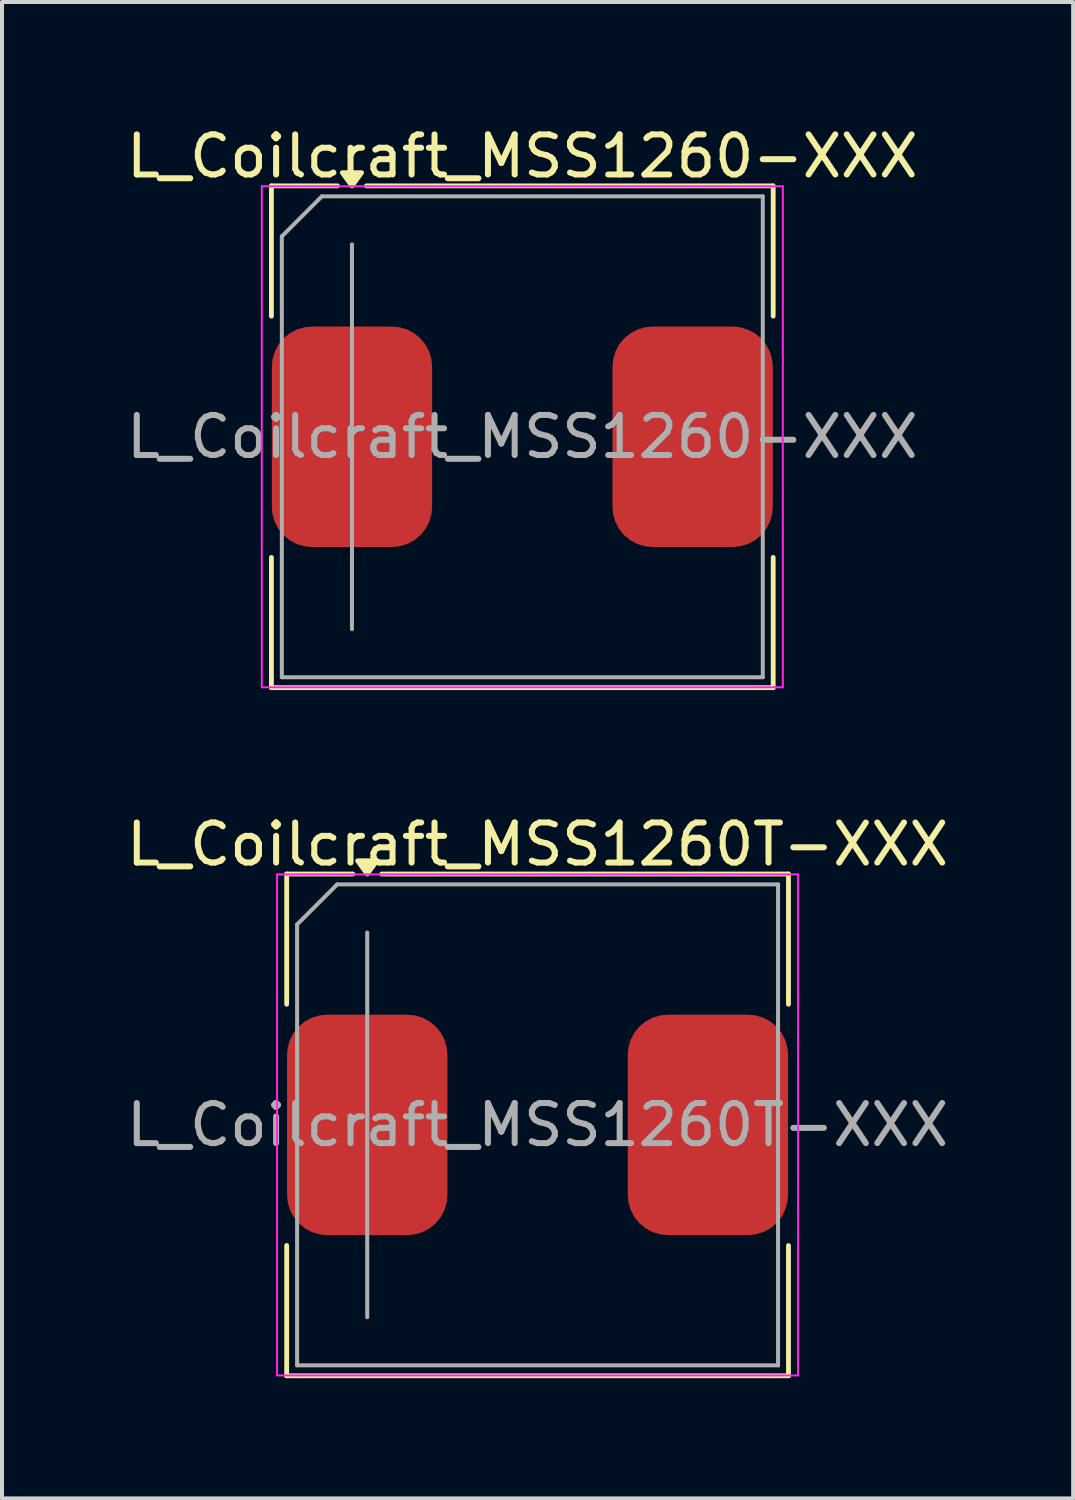
<source format=kicad_pcb>
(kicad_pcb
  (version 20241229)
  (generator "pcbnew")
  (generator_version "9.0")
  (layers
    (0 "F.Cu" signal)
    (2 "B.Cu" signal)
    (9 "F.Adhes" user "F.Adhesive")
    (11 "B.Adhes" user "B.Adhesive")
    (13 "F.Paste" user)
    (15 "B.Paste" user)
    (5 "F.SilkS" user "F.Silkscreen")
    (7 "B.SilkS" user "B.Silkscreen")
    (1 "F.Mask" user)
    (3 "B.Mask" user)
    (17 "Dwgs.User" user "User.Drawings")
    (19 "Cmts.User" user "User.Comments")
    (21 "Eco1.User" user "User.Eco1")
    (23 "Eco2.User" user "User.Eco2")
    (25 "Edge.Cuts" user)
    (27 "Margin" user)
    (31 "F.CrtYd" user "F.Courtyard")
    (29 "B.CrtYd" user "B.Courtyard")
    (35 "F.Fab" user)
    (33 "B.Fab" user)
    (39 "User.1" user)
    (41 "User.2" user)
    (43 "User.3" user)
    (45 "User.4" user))
  (footprint "L_Coilcraft_MSS1260T-XXX"
    (layer "F.Cu")
    (at 10.363 25.017)
    (property "Reference" "L_Coilcraft_MSS1260T-XXX" (at 0 -7 0) (layer "F.SilkS") (effects (font (size 1 1) (thickness 0.15))))
    (attr smd)
    (fp_line (start -6.26 -6.26) (end -6.26 -3.01) (stroke (width 0.12) (type solid)) (layer "F.SilkS"))
    (fp_line (start -6.26 -6.26) (end -4.61 -6.26) (stroke (width 0.12) (type solid)) (layer "F.SilkS"))
    (fp_line (start -6.26 6.26) (end -6.26 3.01) (stroke (width 0.12) (type solid)) (layer "F.SilkS"))
    (fp_line (start -6.26 6.26) (end 6.26 6.26) (stroke (width 0.12) (type solid)) (layer "F.SilkS"))
    (fp_line (start -3.89 -6.26) (end 6.26 -6.26) (stroke (width 0.12) (type solid)) (layer "F.SilkS"))
    (fp_line (start 6.26 -6.26) (end 6.26 -3.01) (stroke (width 0.12) (type solid)) (layer "F.SilkS"))
    (fp_line (start 6.26 6.26) (end 6.26 3.01) (stroke (width 0.12) (type solid)) (layer "F.SilkS"))
    (fp_poly (pts (xy -4.25 -6.26) (xy -4.49 -6.59) (xy -4.01 -6.59) (xy -4.25 -6.26)) (stroke (width 0.12) (type solid)) (fill yes) (layer "F.SilkS"))
    (fp_line (start -6.5 -6.25) (end -6.5 6.25) (stroke (width 0.05) (type solid)) (layer "F.CrtYd"))
    (fp_line (start -6.5 6.25) (end 6.5 6.25) (stroke (width 0.05) (type solid)) (layer "F.CrtYd"))
    (fp_line (start 6.5 -6.25) (end -6.5 -6.25) (stroke (width 0.05) (type solid)) (layer "F.CrtYd"))
    (fp_line (start 6.5 6.25) (end 6.5 -6.25) (stroke (width 0.05) (type solid)) (layer "F.CrtYd"))
    (fp_line (start -6 -5) (end -5 -6) (stroke (width 0.1) (type solid)) (layer "F.Fab"))
    (fp_line (start -6 6) (end -6 -5) (stroke (width 0.1) (type solid)) (layer "F.Fab"))
    (fp_line (start -5 -6) (end 6 -6) (stroke (width 0.1) (type solid)) (layer "F.Fab"))
    (fp_line (start -4.25 4.8) (end -4.25 -4.8) (stroke (width 0.1) (type solid)) (layer "F.Fab"))
    (fp_line (start 6 -6) (end 6 6) (stroke (width 0.1) (type solid)) (layer "F.Fab"))
    (fp_line (start 6 6) (end -6 6) (stroke (width 0.1) (type solid)) (layer "F.Fab"))
    (fp_text user "${REFERENCE}" (at 0 0 0) (layer "F.Fab") (effects (font (size 1 1) (thickness 0.15))))
    (pad "1" smd roundrect (at -4.25 0) (size 4 5.5) (layers "F.Cu" "F.Mask" "F.Paste") (roundrect_rratio 0.25))
    (pad "2" smd roundrect (at 4.25 0) (size 4 5.5) (layers "F.Cu" "F.Mask" "F.Paste") (roundrect_rratio 0.25)))
  (footprint "L_Coilcraft_MSS1260-XXX"
    (layer "F.Cu")
    (at 9.982 7.848)
    (property "Reference" "L_Coilcraft_MSS1260-XXX" (at 0 -7 0) (layer "F.SilkS") (effects (font (size 1 1) (thickness 0.15))))
    (attr smd)
    (fp_line (start -6.26 -6.26) (end -6.26 -3.01) (stroke (width 0.12) (type solid)) (layer "F.SilkS"))
    (fp_line (start -6.26 -6.26) (end -4.61 -6.26) (stroke (width 0.12) (type solid)) (layer "F.SilkS"))
    (fp_line (start -6.26 6.26) (end -6.26 3.01) (stroke (width 0.12) (type solid)) (layer "F.SilkS"))
    (fp_line (start -6.26 6.26) (end 6.26 6.26) (stroke (width 0.12) (type solid)) (layer "F.SilkS"))
    (fp_line (start -3.89 -6.26) (end 6.26 -6.26) (stroke (width 0.12) (type solid)) (layer "F.SilkS"))
    (fp_line (start 6.26 -6.26) (end 6.26 -3.01) (stroke (width 0.12) (type solid)) (layer "F.SilkS"))
    (fp_line (start 6.26 6.26) (end 6.26 3.01) (stroke (width 0.12) (type solid)) (layer "F.SilkS"))
    (fp_poly (pts (xy -4.25 -6.26) (xy -4.49 -6.59) (xy -4.01 -6.59) (xy -4.25 -6.26)) (stroke (width 0.12) (type solid)) (fill yes) (layer "F.SilkS"))
    (fp_line (start -6.5 -6.25) (end -6.5 6.25) (stroke (width 0.05) (type solid)) (layer "F.CrtYd"))
    (fp_line (start -6.5 6.25) (end 6.5 6.25) (stroke (width 0.05) (type solid)) (layer "F.CrtYd"))
    (fp_line (start 6.5 -6.25) (end -6.5 -6.25) (stroke (width 0.05) (type solid)) (layer "F.CrtYd"))
    (fp_line (start 6.5 6.25) (end 6.5 -6.25) (stroke (width 0.05) (type solid)) (layer "F.CrtYd"))
    (fp_line (start -6 -5) (end -5 -6) (stroke (width 0.1) (type solid)) (layer "F.Fab"))
    (fp_line (start -6 6) (end -6 -5) (stroke (width 0.1) (type solid)) (layer "F.Fab"))
    (fp_line (start -5 -6) (end 6 -6) (stroke (width 0.1) (type solid)) (layer "F.Fab"))
    (fp_line (start -4.25 4.8) (end -4.25 -4.8) (stroke (width 0.1) (type solid)) (layer "F.Fab"))
    (fp_line (start 6 -6) (end 6 6) (stroke (width 0.1) (type solid)) (layer "F.Fab"))
    (fp_line (start 6 6) (end -6 6) (stroke (width 0.1) (type solid)) (layer "F.Fab"))
    (fp_text user "${REFERENCE}" (at 0 0 0) (layer "F.Fab") (effects (font (size 1 1) (thickness 0.15))))
    (pad "1" smd roundrect (at -4.25 0) (size 4 5.5) (layers "F.Cu" "F.Mask" "F.Paste") (roundrect_rratio 0.25))
    (pad "2" smd roundrect (at 4.25 0) (size 4 5.5) (layers "F.Cu" "F.Mask" "F.Paste") (roundrect_rratio 0.25)))
  (gr_rect
    (start -3 -3)
    (end 23.726 34.337)
    (stroke (width 0.1) (type default))
    (fill no)
    (layer "Edge.Cuts")))
</source>
